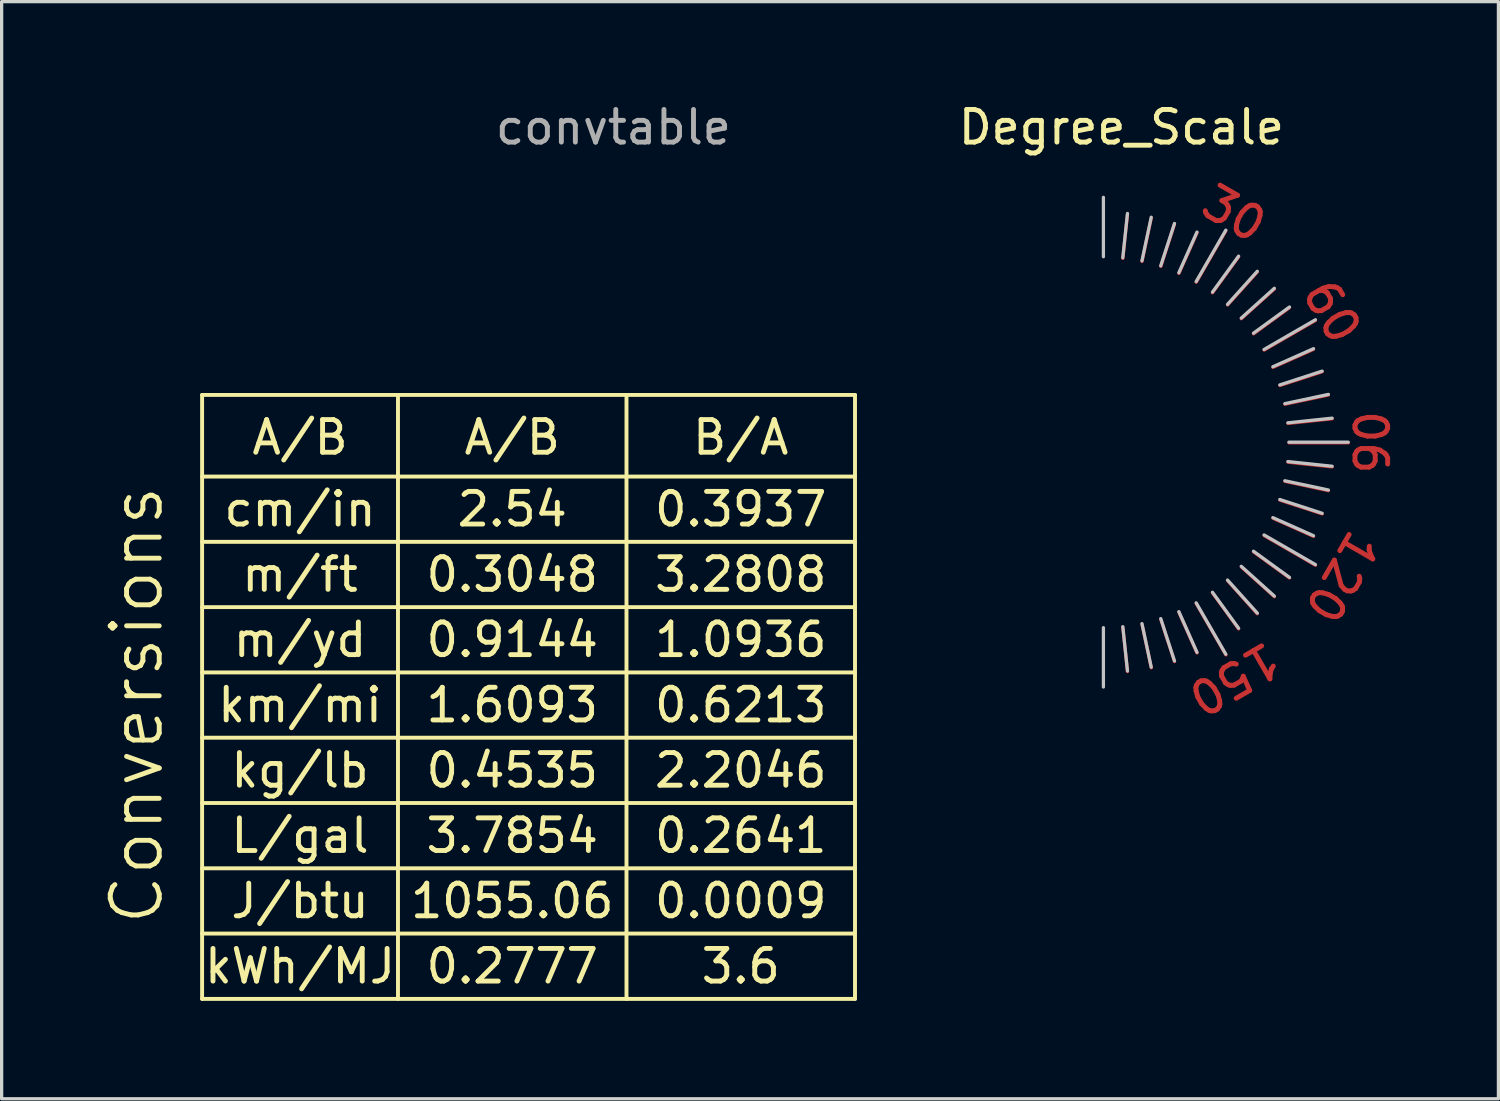
<source format=kicad_pcb>
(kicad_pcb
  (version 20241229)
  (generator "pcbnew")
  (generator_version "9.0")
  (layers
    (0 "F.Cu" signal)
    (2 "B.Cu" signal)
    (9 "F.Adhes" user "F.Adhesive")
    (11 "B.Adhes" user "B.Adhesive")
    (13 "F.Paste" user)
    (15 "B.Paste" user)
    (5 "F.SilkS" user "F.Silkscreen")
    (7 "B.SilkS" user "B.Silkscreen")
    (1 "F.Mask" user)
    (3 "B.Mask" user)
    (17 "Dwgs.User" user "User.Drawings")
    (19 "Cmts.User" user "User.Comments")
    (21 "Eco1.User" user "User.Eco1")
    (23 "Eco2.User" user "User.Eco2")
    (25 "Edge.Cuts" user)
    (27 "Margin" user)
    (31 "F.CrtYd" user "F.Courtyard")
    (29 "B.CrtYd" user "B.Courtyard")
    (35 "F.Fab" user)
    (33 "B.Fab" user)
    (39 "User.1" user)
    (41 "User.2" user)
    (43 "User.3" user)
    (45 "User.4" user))
  (footprint "convtable"
    (layer "F.Cu")
    (at 13.141 7.548)
    (property "Reference" "convtable" (at 2.6 -6.7 0) (layer "F.Fab") (effects (font (size 1 1) (thickness 0.15))))
    (attr through_hole)
    (fp_line (start -10 1.5) (end 10 1.5) (stroke (width 0.12) (type solid)) (layer "F.SilkS"))
    (fp_line (start -10 4) (end 10 4) (stroke (width 0.12) (type solid)) (layer "F.SilkS"))
    (fp_line (start -10 6) (end 10 6) (stroke (width 0.12) (type solid)) (layer "F.SilkS"))
    (fp_line (start -10 8) (end 10 8) (stroke (width 0.12) (type solid)) (layer "F.SilkS"))
    (fp_line (start -10 10) (end 10 10) (stroke (width 0.12) (type solid)) (layer "F.SilkS"))
    (fp_line (start -10 12) (end 10 12) (stroke (width 0.12) (type solid)) (layer "F.SilkS"))
    (fp_line (start -10 14) (end 10 14) (stroke (width 0.12) (type solid)) (layer "F.SilkS"))
    (fp_line (start -10 16) (end 10 16) (stroke (width 0.12) (type solid)) (layer "F.SilkS"))
    (fp_line (start -10 18) (end 10 18) (stroke (width 0.12) (type solid)) (layer "F.SilkS"))
    (fp_line (start -10 20) (end -10 1.5) (stroke (width 0.12) (type solid)) (layer "F.SilkS"))
    (fp_line (start -4 1.5) (end -4 20) (stroke (width 0.12) (type solid)) (layer "F.SilkS"))
    (fp_line (start 3 1.5) (end 3 20) (stroke (width 0.12) (type solid)) (layer "F.SilkS"))
    (fp_line (start 10 1.5) (end 10 20) (stroke (width 0.12) (type solid)) (layer "F.SilkS"))
    (fp_line (start 10 20) (end -10 20) (stroke (width 0.12) (type solid)) (layer "F.SilkS"))
    (fp_text user "m/ft" (at -7 7 0) (layer "F.SilkS") (effects (font (size 1 1) (thickness 0.15))))
    (fp_text user "B/A" (at 6.5 2.8 0) (layer "F.SilkS") (effects (font (size 1 1) (thickness 0.15))))
    (fp_text user "3.7854" (at -0.5 15 0) (layer "F.SilkS") (effects (font (size 1 1) (thickness 0.15))))
    (fp_text user "0.2641" (at 6.5 15 0) (layer "F.SilkS") (effects (font (size 1 1) (thickness 0.15))))
    (fp_text user "0.3937" (at 6.5 5 0) (layer "F.SilkS") (effects (font (size 1 1) (thickness 0.15))))
    (fp_text user "2.2046" (at 6.5 13 0) (layer "F.SilkS") (effects (font (size 1 1) (thickness 0.15))))
    (fp_text user "3.2808" (at 6.5 7 0) (layer "F.SilkS") (effects (font (size 1 1) (thickness 0.15))))
    (fp_text user "m/yd" (at -7 9 0) (layer "F.SilkS") (effects (font (size 1 1) (thickness 0.15))))
    (fp_text user "0.0009" (at 6.5 17 0) (layer "F.SilkS") (effects (font (size 1 1) (thickness 0.15))))
    (fp_text user "A/B" (at -7 2.8 0) (layer "F.SilkS") (effects (font (size 1 1) (thickness 0.15))))
    (fp_text user "0.6213" (at 6.5 11 0) (layer "F.SilkS") (effects (font (size 1 1) (thickness 0.15))))
    (fp_text user "0.4535" (at -0.5 13 0) (layer "F.SilkS") (effects (font (size 1 1) (thickness 0.15))))
    (fp_text user "0.3048" (at -0.5 7 0) (layer "F.SilkS") (effects (font (size 1 1) (thickness 0.15))))
    (fp_text user "3.6" (at 6.5 19 0) (layer "F.SilkS") (effects (font (size 1 1) (thickness 0.15))))
    (fp_text user "cm/in" (at -7 5 0) (layer "F.SilkS") (effects (font (size 1 1) (thickness 0.15))))
    (fp_text user "1.6093" (at -0.5 11 0) (layer "F.SilkS") (effects (font (size 1 1) (thickness 0.15))))
    (fp_text user "0.9144" (at -0.5 9 0) (layer "F.SilkS") (effects (font (size 1 1) (thickness 0.15))))
    (fp_text user "1055.06" (at -0.5 17 0) (layer "F.SilkS") (effects (font (size 1 1) (thickness 0.15))))
    (fp_text user "J/btu" (at -7 17 0) (layer "F.SilkS") (effects (font (size 1 1) (thickness 0.15))))
    (fp_text user "1.0936" (at 6.5 9 0) (layer "F.SilkS") (effects (font (size 1 1) (thickness 0.15))))
    (fp_text user "A/B" (at -0.5 2.8 0) (layer "F.SilkS") (effects (font (size 1 1) (thickness 0.15))))
    (fp_text user "0.2777" (at -0.5 19 0) (layer "F.SilkS") (effects (font (size 1 1) (thickness 0.15))))
    (fp_text user "2.54" (at -0.5 5 0) (layer "F.SilkS") (effects (font (size 1 1) (thickness 0.15))))
    (fp_text user "L/gal" (at -7 15 0) (layer "F.SilkS") (effects (font (size 1 1) (thickness 0.15))))
    (fp_text user "Conversions" (at -12 11 90) (layer "F.SilkS") (effects (font (size 1.5 1.5) (thickness 0.15))))
    (fp_text user "kWh/MJ" (at -7 19 0) (layer "F.SilkS") (effects (font (size 1 1) (thickness 0.15))))
    (fp_text user "km/mi" (at -7 11 0) (layer "F.SilkS") (effects (font (size 1 1) (thickness 0.15))))
    (fp_text user "kg/lb" (at -7 13 0) (layer "F.SilkS") (effects (font (size 1 1) (thickness 0.15)))))
  (footprint "Degree_Scale"
    (layer "F.Cu")
    (at 30.752 10.523)
    (property "Reference" "Degree_Scale" (at 0.55 -9.675 0) (layer "F.SilkS") (effects (font (size 1 1) (thickness 0.15))))
    (attr through_hole)
    (fp_line (start 0.594 -5.658) (end 0.736 -7.014) (stroke (width 0.1) (type solid)) (layer "F.Cu"))
    (fp_line (start 0.594 5.644) (end 0.736 7) (stroke (width 0.1) (type solid)) (layer "F.Cu"))
    (fp_line (start 1.181 -5.564) (end 1.465 -6.898) (stroke (width 0.1) (type solid)) (layer "F.Cu"))
    (fp_line (start 1.181 5.551) (end 1.465 6.885) (stroke (width 0.1) (type solid)) (layer "F.Cu"))
    (fp_line (start 1.756 -5.411) (end 2.177 -6.707) (stroke (width 0.1) (type solid)) (layer "F.Cu"))
    (fp_line (start 1.756 5.397) (end 2.177 6.694) (stroke (width 0.1) (type solid)) (layer "F.Cu"))
    (fp_line (start 2.311 -5.197) (end 2.866 -6.443) (stroke (width 0.1) (type solid)) (layer "F.Cu"))
    (fp_line (start 2.311 5.184) (end 2.866 6.43) (stroke (width 0.1) (type solid)) (layer "F.Cu"))
    (fp_line (start 2.841 -4.927) (end 3.75 -6.502) (stroke (width 0.1) (type solid)) (layer "F.Cu"))
    (fp_line (start 2.841 4.914) (end 3.75 6.488) (stroke (width 0.1) (type solid)) (layer "F.Cu"))
    (fp_line (start 3.34 -4.604) (end 4.141 -5.707) (stroke (width 0.1) (type solid)) (layer "F.Cu"))
    (fp_line (start 3.34 4.59) (end 4.141 5.693) (stroke (width 0.1) (type solid)) (layer "F.Cu"))
    (fp_line (start 3.802 -4.229) (end 4.714 -5.243) (stroke (width 0.1) (type solid)) (layer "F.Cu"))
    (fp_line (start 3.802 4.216) (end 4.714 5.229) (stroke (width 0.1) (type solid)) (layer "F.Cu"))
    (fp_line (start 4.222 -3.809) (end 5.236 -4.721) (stroke (width 0.1) (type solid)) (layer "F.Cu"))
    (fp_line (start 4.222 3.795) (end 5.236 4.707) (stroke (width 0.1) (type solid)) (layer "F.Cu"))
    (fp_line (start 4.597 -3.346) (end 5.7 -4.148) (stroke (width 0.1) (type solid)) (layer "F.Cu"))
    (fp_line (start 4.597 3.333) (end 5.7 4.134) (stroke (width 0.1) (type solid)) (layer "F.Cu"))
    (fp_line (start 4.921 -2.848) (end 6.495 -3.757) (stroke (width 0.1) (type solid)) (layer "F.Cu"))
    (fp_line (start 4.921 2.834) (end 6.495 3.743) (stroke (width 0.1) (type solid)) (layer "F.Cu"))
    (fp_line (start 5.191 -2.318) (end 6.436 -2.872) (stroke (width 0.1) (type solid)) (layer "F.Cu"))
    (fp_line (start 5.191 2.304) (end 6.436 2.859) (stroke (width 0.1) (type solid)) (layer "F.Cu"))
    (fp_line (start 5.404 -1.763) (end 6.701 -2.184) (stroke (width 0.1) (type solid)) (layer "F.Cu"))
    (fp_line (start 5.404 1.749) (end 6.701 2.17) (stroke (width 0.1) (type solid)) (layer "F.Cu"))
    (fp_line (start 5.558 -1.188) (end 6.892 -1.472) (stroke (width 0.1) (type solid)) (layer "F.Cu"))
    (fp_line (start 5.558 1.174) (end 6.892 1.458) (stroke (width 0.1) (type solid)) (layer "F.Cu"))
    (fp_line (start 5.651 -0.601) (end 7.007 -0.743) (stroke (width 0.1) (type solid)) (layer "F.Cu"))
    (fp_line (start 5.651 0.587) (end 7.007 0.73) (stroke (width 0.1) (type solid)) (layer "F.Cu"))
    (fp_line (start 5.682 -0.007) (end 7.5 -0.007) (stroke (width 0.1) (type solid)) (layer "F.Cu"))
    (fp_line (start 0.594 -5.658) (end 0.736 -7.014) (stroke (width 0.1) (type solid)) (layer "F.Mask"))
    (fp_line (start 0.594 5.644) (end 0.736 7) (stroke (width 0.1) (type solid)) (layer "F.Mask"))
    (fp_line (start 1.181 -5.564) (end 1.465 -6.898) (stroke (width 0.1) (type solid)) (layer "F.Mask"))
    (fp_line (start 1.181 5.551) (end 1.465 6.885) (stroke (width 0.1) (type solid)) (layer "F.Mask"))
    (fp_line (start 1.756 -5.411) (end 2.177 -6.707) (stroke (width 0.1) (type solid)) (layer "F.Mask"))
    (fp_line (start 1.756 5.397) (end 2.177 6.694) (stroke (width 0.1) (type solid)) (layer "F.Mask"))
    (fp_line (start 2.311 -5.197) (end 2.866 -6.443) (stroke (width 0.1) (type solid)) (layer "F.Mask"))
    (fp_line (start 2.311 5.184) (end 2.866 6.43) (stroke (width 0.1) (type solid)) (layer "F.Mask"))
    (fp_line (start 2.841 -4.927) (end 3.75 -6.502) (stroke (width 0.1) (type solid)) (layer "F.Mask"))
    (fp_line (start 2.841 4.914) (end 3.75 6.488) (stroke (width 0.1) (type solid)) (layer "F.Mask"))
    (fp_line (start 3.34 -4.604) (end 4.141 -5.707) (stroke (width 0.1) (type solid)) (layer "F.Mask"))
    (fp_line (start 3.34 4.59) (end 4.141 5.693) (stroke (width 0.1) (type solid)) (layer "F.Mask"))
    (fp_line (start 3.802 -4.229) (end 4.714 -5.243) (stroke (width 0.1) (type solid)) (layer "F.Mask"))
    (fp_line (start 3.802 4.216) (end 4.714 5.229) (stroke (width 0.1) (type solid)) (layer "F.Mask"))
    (fp_line (start 4.222 -3.809) (end 5.236 -4.721) (stroke (width 0.1) (type solid)) (layer "F.Mask"))
    (fp_line (start 4.222 3.795) (end 5.236 4.707) (stroke (width 0.1) (type solid)) (layer "F.Mask"))
    (fp_line (start 4.597 -3.346) (end 5.7 -4.148) (stroke (width 0.1) (type solid)) (layer "F.Mask"))
    (fp_line (start 4.597 3.333) (end 5.7 4.134) (stroke (width 0.1) (type solid)) (layer "F.Mask"))
    (fp_line (start 4.921 -2.848) (end 6.495 -3.757) (stroke (width 0.1) (type solid)) (layer "F.Mask"))
    (fp_line (start 4.921 2.834) (end 6.495 3.743) (stroke (width 0.1) (type solid)) (layer "F.Mask"))
    (fp_line (start 5.191 -2.318) (end 6.436 -2.872) (stroke (width 0.1) (type solid)) (layer "F.Mask"))
    (fp_line (start 5.191 2.304) (end 6.436 2.859) (stroke (width 0.1) (type solid)) (layer "F.Mask"))
    (fp_line (start 5.404 -1.763) (end 6.701 -2.184) (stroke (width 0.1) (type solid)) (layer "F.Mask"))
    (fp_line (start 5.404 1.749) (end 6.701 2.17) (stroke (width 0.1) (type solid)) (layer "F.Mask"))
    (fp_line (start 5.558 -1.188) (end 6.892 -1.472) (stroke (width 0.1) (type solid)) (layer "F.Mask"))
    (fp_line (start 5.558 1.174) (end 6.892 1.458) (stroke (width 0.1) (type solid)) (layer "F.Mask"))
    (fp_line (start 5.651 -0.601) (end 7.007 -0.743) (stroke (width 0.1) (type solid)) (layer "F.Mask"))
    (fp_line (start 5.651 0.587) (end 7.007 0.73) (stroke (width 0.1) (type solid)) (layer "F.Mask"))
    (fp_line (start 5.682 -0.007) (end 7.5 -0.007) (stroke (width 0.1) (type solid)) (layer "F.Mask"))
    (fp_line (start -0.002 -5.709) (end -0.002 -7.528) (stroke (width 0.1) (type solid)) (layer "Dwgs.User"))
    (fp_line (start -0.002 5.654) (end -0.002 7.472) (stroke (width 0.1) (type solid)) (layer "Dwgs.User"))
    (fp_line (start 0.592 -5.678) (end 0.735 -7.034) (stroke (width 0.1) (type solid)) (layer "Dwgs.User"))
    (fp_line (start 0.592 5.623) (end 0.735 6.979) (stroke (width 0.1) (type solid)) (layer "Dwgs.User"))
    (fp_line (start 1.179 -5.585) (end 1.463 -6.919) (stroke (width 0.1) (type solid)) (layer "Dwgs.User"))
    (fp_line (start 1.179 5.53) (end 1.463 6.864) (stroke (width 0.1) (type solid)) (layer "Dwgs.User"))
    (fp_line (start 1.754 -5.431) (end 2.175 -6.728) (stroke (width 0.1) (type solid)) (layer "Dwgs.User"))
    (fp_line (start 1.754 5.376) (end 2.175 6.673) (stroke (width 0.1) (type solid)) (layer "Dwgs.User"))
    (fp_line (start 2.309 -5.218) (end 2.864 -6.464) (stroke (width 0.1) (type solid)) (layer "Dwgs.User"))
    (fp_line (start 2.309 5.163) (end 2.864 6.409) (stroke (width 0.1) (type solid)) (layer "Dwgs.User"))
    (fp_line (start 2.839 -4.948) (end 3.748 -6.523) (stroke (width 0.1) (type solid)) (layer "Dwgs.User"))
    (fp_line (start 2.839 4.893) (end 3.748 6.468) (stroke (width 0.1) (type solid)) (layer "Dwgs.User"))
    (fp_line (start 3.338 -4.624) (end 4.139 -5.727) (stroke (width 0.1) (type solid)) (layer "Dwgs.User"))
    (fp_line (start 3.338 4.569) (end 4.139 5.672) (stroke (width 0.1) (type solid)) (layer "Dwgs.User"))
    (fp_line (start 3.8 -4.25) (end 4.712 -5.263) (stroke (width 0.1) (type solid)) (layer "Dwgs.User"))
    (fp_line (start 3.8 4.195) (end 4.712 5.208) (stroke (width 0.1) (type solid)) (layer "Dwgs.User"))
    (fp_line (start 4.221 -3.829) (end 5.234 -4.742) (stroke (width 0.1) (type solid)) (layer "Dwgs.User"))
    (fp_line (start 4.221 3.774) (end 5.234 4.687) (stroke (width 0.1) (type solid)) (layer "Dwgs.User"))
    (fp_line (start 4.595 -3.367) (end 5.698 -4.169) (stroke (width 0.1) (type solid)) (layer "Dwgs.User"))
    (fp_line (start 4.595 3.312) (end 5.698 4.114) (stroke (width 0.1) (type solid)) (layer "Dwgs.User"))
    (fp_line (start 4.919 -2.868) (end 6.493 -3.778) (stroke (width 0.1) (type solid)) (layer "Dwgs.User"))
    (fp_line (start 4.919 2.813) (end 6.493 3.722) (stroke (width 0.1) (type solid)) (layer "Dwgs.User"))
    (fp_line (start 5.189 -2.339) (end 6.434 -2.893) (stroke (width 0.1) (type solid)) (layer "Dwgs.User"))
    (fp_line (start 5.189 2.283) (end 6.434 2.838) (stroke (width 0.1) (type solid)) (layer "Dwgs.User"))
    (fp_line (start 5.402 -1.783) (end 6.699 -2.205) (stroke (width 0.1) (type solid)) (layer "Dwgs.User"))
    (fp_line (start 5.402 1.728) (end 6.699 2.15) (stroke (width 0.1) (type solid)) (layer "Dwgs.User"))
    (fp_line (start 5.556 -1.209) (end 6.89 -1.492) (stroke (width 0.1) (type solid)) (layer "Dwgs.User"))
    (fp_line (start 5.556 1.154) (end 6.89 1.437) (stroke (width 0.1) (type solid)) (layer "Dwgs.User"))
    (fp_line (start 5.649 -0.621) (end 7.005 -0.764) (stroke (width 0.1) (type solid)) (layer "Dwgs.User"))
    (fp_line (start 5.649 0.566) (end 7.005 0.709) (stroke (width 0.1) (type solid)) (layer "Dwgs.User"))
    (fp_line (start 5.68 -0.028) (end 7.498 -0.028) (stroke (width 0.1) (type solid)) (layer "Dwgs.User"))
    (fp_text user "90" (at 8.25 -0.025 270) (layer "F.Cu") (effects (font (size 1 1) (thickness 0.15))))
    (fp_text user "120" (at 7.3 4.1 240) (unlocked yes) (layer "F.Cu") (effects (font (size 1 1) (thickness 0.15))))
    (fp_text user "150" (at 4 7.225 210) (unlocked yes) (layer "F.Cu") (effects (font (size 1 1) (thickness 0.15))))
    (fp_text user "30" (at 4 -7.025 330) (layer "F.Cu") (effects (font (size 1 1) (thickness 0.15))))
    (fp_text user "60" (at 7 -4.025 300) (layer "F.Cu") (effects (font (size 1 1) (thickness 0.15))))
    (fp_text user "30" (at 4 -7.025 330) (layer "F.Mask") (effects (font (size 1 1) (thickness 0.15))))
    (fp_text user "120" (at 7.3 4.1 240) (unlocked yes) (layer "F.Mask") (effects (font (size 1 1) (thickness 0.15))))
    (fp_text user "150" (at 4 7.225 210) (unlocked yes) (layer "F.Mask") (effects (font (size 1 1) (thickness 0.15))))
    (fp_text user "60" (at 7 -4.025 300) (layer "F.Mask") (effects (font (size 1 1) (thickness 0.15))))
    (fp_text user "90" (at 8.25 -0.025 270) (layer "F.Mask") (effects (font (size 1 1) (thickness 0.15)))))
  (gr_rect
    (start -3 -3)
    (end 42.85 30.608)
    (stroke (width 0.1) (type default))
    (fill no)
    (layer "Edge.Cuts")))
</source>
